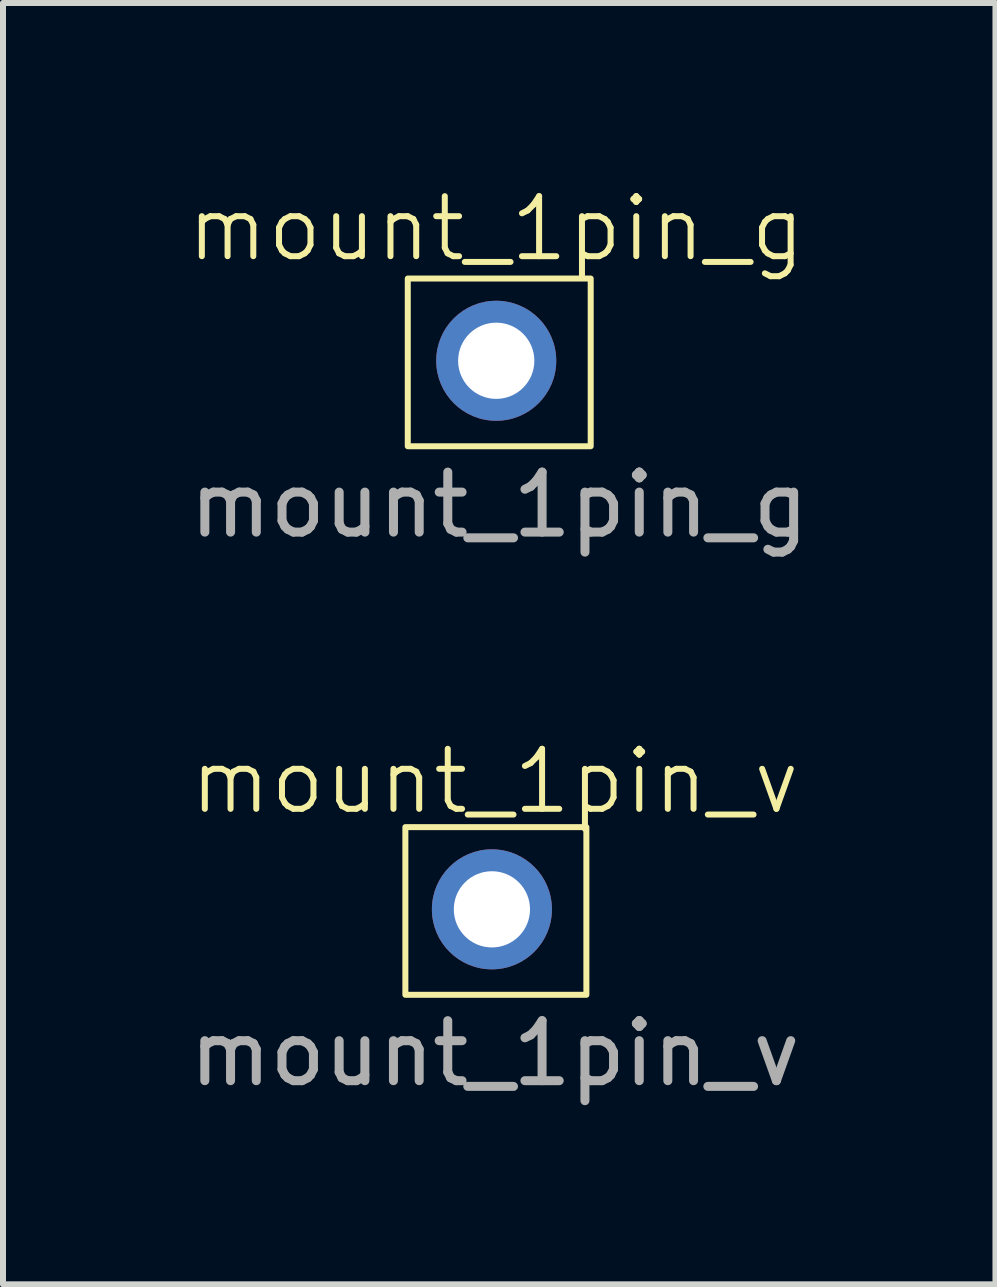
<source format=kicad_pcb>
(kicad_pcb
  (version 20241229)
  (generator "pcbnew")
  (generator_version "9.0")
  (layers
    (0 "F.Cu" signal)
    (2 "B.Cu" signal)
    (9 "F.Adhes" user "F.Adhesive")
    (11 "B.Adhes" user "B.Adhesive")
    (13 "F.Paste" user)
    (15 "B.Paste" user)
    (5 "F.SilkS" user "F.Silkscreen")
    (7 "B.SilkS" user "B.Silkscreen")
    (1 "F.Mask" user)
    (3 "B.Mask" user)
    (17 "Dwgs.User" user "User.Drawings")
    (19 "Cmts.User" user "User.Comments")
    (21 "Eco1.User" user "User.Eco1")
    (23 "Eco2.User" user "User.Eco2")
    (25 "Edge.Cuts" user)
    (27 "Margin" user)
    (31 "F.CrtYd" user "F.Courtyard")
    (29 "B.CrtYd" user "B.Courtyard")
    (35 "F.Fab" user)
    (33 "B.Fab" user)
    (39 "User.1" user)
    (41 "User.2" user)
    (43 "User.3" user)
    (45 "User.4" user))
  (footprint "mount_1pin_g"
    (layer "F.Cu")
    (at 5.268 2.861)
    (property "Reference" "mount_1pin_g" (at -0.05 -2.1 0) (unlocked yes) (layer "F.SilkS") (effects (font (size 1 1) (thickness 0.1))))
    (attr through_hole)
    (fp_rect (start -1.524 -1.27) (end 1.524 1.524) (stroke (width 0.1) (type default)) (fill no) (layer "F.SilkS"))
    (fp_text user "${REFERENCE}" (at 0 2.5 0) (unlocked yes) (layer "F.Fab") (effects (font (size 1 1) (thickness 0.15))))
    (pad "1" thru_hole circle (at -0.05 0.1) (size 2 2) (drill 1.27) (layers "*.Cu" "*.Mask")))
  (footprint "mount_1pin_v"
    (layer "F.Cu")
    (at 5.196 12.001)
    (property "Reference" "mount_1pin_v" (at 0 -2.032 0) (unlocked yes) (layer "F.SilkS") (effects (font (size 1 1) (thickness 0.1))))
    (attr through_hole)
    (fp_rect (start -1.492 -1.27) (end 1.524 1.524) (stroke (width 0.1) (type default)) (fill no) (layer "F.SilkS"))
    (fp_text user "${REFERENCE}" (at 0 2.5 0) (unlocked yes) (layer "F.Fab") (effects (font (size 1 1) (thickness 0.15))))
    (pad "1" thru_hole circle (at -0.05 0.1) (size 2 2) (drill 1.27) (layers "*.Cu" "*.Mask")))
  (gr_rect
    (start -3 -3)
    (end 13.536 18.349)
    (stroke (width 0.1) (type default))
    (fill no)
    (layer "Edge.Cuts")))
</source>
